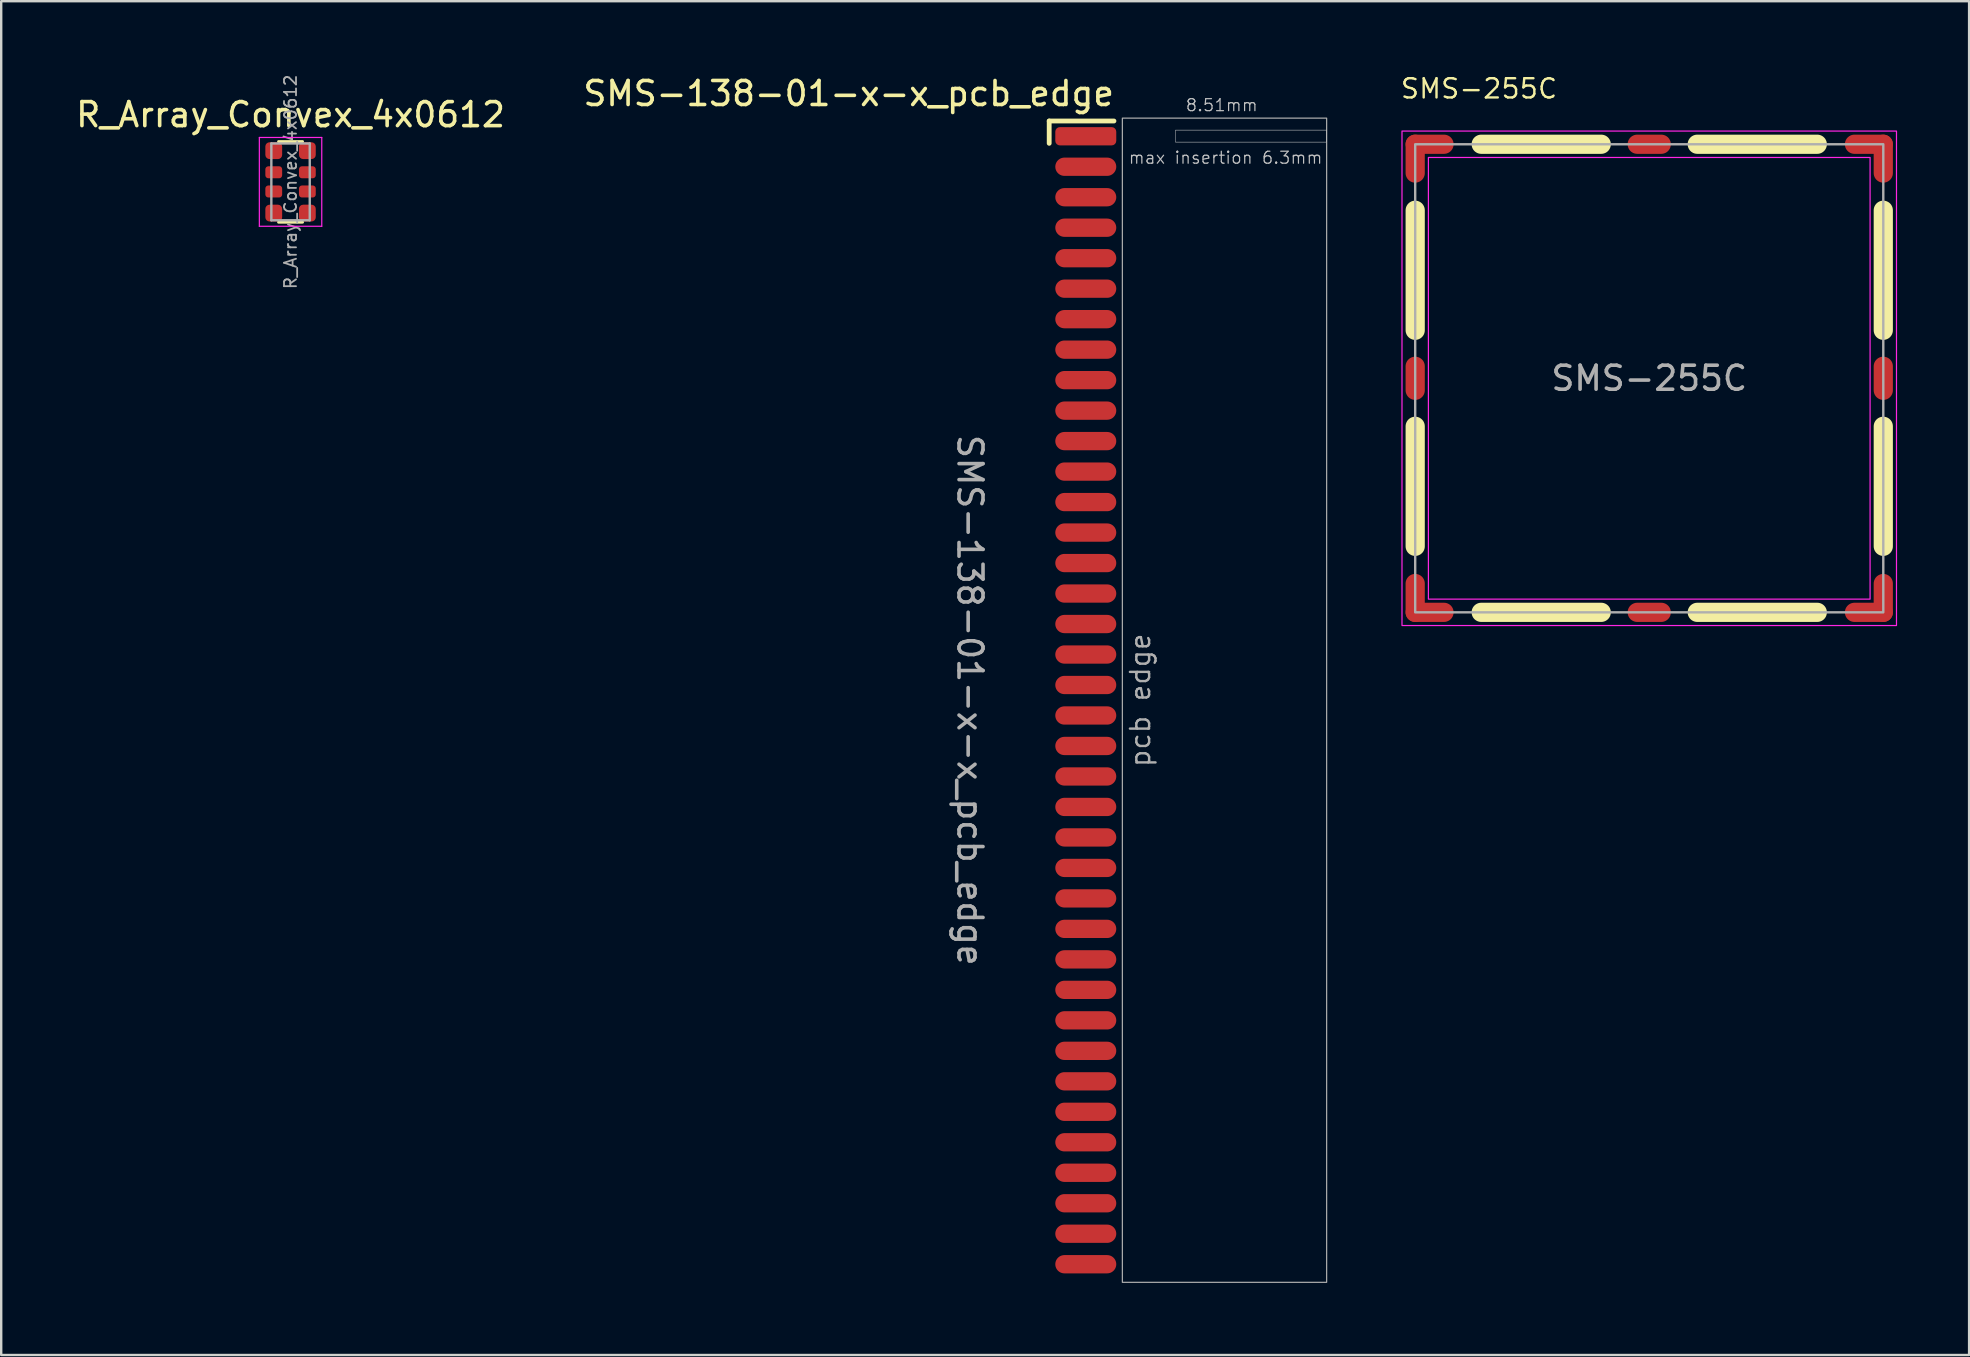
<source format=kicad_pcb>
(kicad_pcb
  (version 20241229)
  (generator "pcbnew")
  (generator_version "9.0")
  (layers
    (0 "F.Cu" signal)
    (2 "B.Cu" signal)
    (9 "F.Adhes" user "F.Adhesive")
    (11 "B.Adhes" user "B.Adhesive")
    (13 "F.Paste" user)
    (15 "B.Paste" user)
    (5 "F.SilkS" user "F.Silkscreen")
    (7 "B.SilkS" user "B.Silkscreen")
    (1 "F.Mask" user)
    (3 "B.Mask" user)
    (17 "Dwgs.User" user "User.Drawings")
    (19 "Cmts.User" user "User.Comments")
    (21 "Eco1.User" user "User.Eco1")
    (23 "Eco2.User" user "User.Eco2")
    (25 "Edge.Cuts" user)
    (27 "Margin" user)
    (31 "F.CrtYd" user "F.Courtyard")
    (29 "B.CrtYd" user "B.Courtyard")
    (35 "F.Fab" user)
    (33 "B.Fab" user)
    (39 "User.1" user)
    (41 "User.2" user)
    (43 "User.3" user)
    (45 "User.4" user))
  (footprint "SMS-255C"
    (layer "F.Cu")
    (at 65.655 12.709)
    (property "Reference" "SMS-255C" (at -10.414 -12.065 0) (unlocked yes) (layer "F.SilkS") (effects (font (size 0.8 0.8) (thickness 0.1)) (justify left)))
    (attr smd)
    (fp_line (start -9.75 -2) (end -9.75 -7) (stroke (width 0.8) (type default)) (layer "F.SilkS"))
    (fp_line (start -9.75 7) (end -9.75 2) (stroke (width 0.8) (type default)) (layer "F.SilkS"))
    (fp_line (start -7 -9.75) (end -2 -9.75) (stroke (width 0.8) (type default)) (layer "F.SilkS"))
    (fp_line (start -7 9.75) (end -2 9.75) (stroke (width 0.8) (type default)) (layer "F.SilkS"))
    (fp_line (start 2 -9.75) (end 7 -9.75) (stroke (width 0.8) (type default)) (layer "F.SilkS"))
    (fp_line (start 2 9.75) (end 7 9.75) (stroke (width 0.8) (type default)) (layer "F.SilkS"))
    (fp_line (start 9.75 -2) (end 9.75 -7) (stroke (width 0.8) (type default)) (layer "F.SilkS"))
    (fp_line (start 9.75 7) (end 9.75 2) (stroke (width 0.8) (type default)) (layer "F.SilkS"))
    (fp_rect (start -10.3 -10.3) (end 10.3 10.3) (stroke (width 0.05) (type default)) (fill no) (layer "F.CrtYd"))
    (fp_rect (start -9.2 -9.2) (end 9.2 9.2) (stroke (width 0.05) (type default)) (fill no) (layer "F.CrtYd"))
    (fp_rect (start -9.75 -9.75) (end 9.75 9.75) (stroke (width 0.1) (type default)) (fill no) (layer "F.Fab"))
    (fp_text user "${REFERENCE}" (at 0 0 0) (layer "F.Fab") (effects (font (size 1 1) (thickness 0.15))))
    (pad "1" smd oval (at -9.75 -9.15 90) (size 2 0.8) (layers "F.Cu" "F.Mask" "F.Paste"))
    (pad "1" smd oval (at -9.75 0 90) (size 1.8 0.8) (layers "F.Cu" "F.Mask" "F.Paste"))
    (pad "1" smd oval (at -9.75 9.15 270) (size 2 0.8) (layers "F.Cu" "F.Mask" "F.Paste"))
    (pad "1" smd oval (at -9.15 -9.75 180) (size 2 0.8) (layers "F.Cu" "F.Mask" "F.Paste"))
    (pad "1" smd oval (at -9.15 9.75 180) (size 2 0.8) (layers "F.Cu" "F.Mask" "F.Paste"))
    (pad "1" smd oval (at 0 -9.75 180) (size 1.8 0.8) (layers "F.Cu" "F.Mask" "F.Paste"))
    (pad "1" smd oval (at 0 9.75 180) (size 1.8 0.8) (layers "F.Cu" "F.Mask" "F.Paste"))
    (pad "1" smd oval (at 9.15 -9.75) (size 2 0.8) (layers "F.Cu" "F.Mask" "F.Paste"))
    (pad "1" smd oval (at 9.15 9.75) (size 2 0.8) (layers "F.Cu" "F.Mask" "F.Paste"))
    (pad "1" smd oval (at 9.75 -9.15 90) (size 2 0.8) (layers "F.Cu" "F.Mask" "F.Paste"))
    (pad "1" smd oval (at 9.75 0 90) (size 1.8 0.8) (layers "F.Cu" "F.Mask" "F.Paste"))
    (pad "1" smd oval (at 9.75 9.15 270) (size 2 0.8) (layers "F.Cu" "F.Mask" "F.Paste")))
  (footprint "R_Array_Convex_4x0612"
    (layer "F.Cu")
    (at 9.054 4.527)
    (property "Reference" "R_Array_Convex_4x0612" (at 0 -2.8 0) (layer "F.SilkS") (effects (font (size 1 1) (thickness 0.15))))
    (attr smd)
    (fp_line (start 0.5 -1.68) (end -0.5 -1.68) (stroke (width 0.12) (type solid)) (layer "F.SilkS"))
    (fp_line (start 0.5 1.68) (end -0.5 1.68) (stroke (width 0.12) (type solid)) (layer "F.SilkS"))
    (fp_line (start -1.3 -1.85) (end -1.3 1.85) (stroke (width 0.05) (type solid)) (layer "F.CrtYd"))
    (fp_line (start -1.3 -1.85) (end 1.3 -1.85) (stroke (width 0.05) (type solid)) (layer "F.CrtYd"))
    (fp_line (start 1.3 1.85) (end -1.3 1.85) (stroke (width 0.05) (type solid)) (layer "F.CrtYd"))
    (fp_line (start 1.3 1.85) (end 1.3 -1.85) (stroke (width 0.05) (type solid)) (layer "F.CrtYd"))
    (fp_line (start -0.8 -1.6) (end 0.8 -1.6) (stroke (width 0.1) (type solid)) (layer "F.Fab"))
    (fp_line (start -0.8 1.6) (end -0.8 -1.6) (stroke (width 0.1) (type solid)) (layer "F.Fab"))
    (fp_line (start 0.8 -1.6) (end 0.8 1.6) (stroke (width 0.1) (type solid)) (layer "F.Fab"))
    (fp_line (start 0.8 1.6) (end -0.8 1.6) (stroke (width 0.1) (type solid)) (layer "F.Fab"))
    (fp_text user "${REFERENCE}" (at 0 0 90) (layer "F.Fab") (effects (font (size 0.5 0.5) (thickness 0.075))))
    (pad "1" smd roundrect (at -0.7 -1.3) (size 0.7 0.7) (layers "F.Cu" "F.Mask" "F.Paste") (roundrect_rratio 0.25))
    (pad "2" smd roundrect (at -0.7 -0.4) (size 0.7 0.5) (layers "F.Cu" "F.Mask" "F.Paste") (roundrect_rratio 0.25))
    (pad "3" smd roundrect (at -0.7 0.4) (size 0.7 0.5) (layers "F.Cu" "F.Mask" "F.Paste") (roundrect_rratio 0.25))
    (pad "4" smd roundrect (at -0.7 1.3) (size 0.7 0.7) (layers "F.Cu" "F.Mask" "F.Paste") (roundrect_rratio 0.25))
    (pad "5" smd roundrect (at 0.7 1.3) (size 0.7 0.7) (layers "F.Cu" "F.Mask" "F.Paste") (roundrect_rratio 0.25))
    (pad "6" smd roundrect (at 0.7 0.4) (size 0.7 0.5) (layers "F.Cu" "F.Mask" "F.Paste") (roundrect_rratio 0.25))
    (pad "7" smd roundrect (at 0.7 -0.4) (size 0.7 0.5) (layers "F.Cu" "F.Mask" "F.Paste") (roundrect_rratio 0.25))
    (pad "8" smd roundrect (at 0.7 -1.3) (size 0.7 0.7) (layers "F.Cu" "F.Mask" "F.Paste") (roundrect_rratio 0.25)))
  (footprint "SMS-138-01-x-x_pcb_edge"
    (layer "F.Cu")
    (at 43.706 26.121)
    (property "Reference" "SMS-138-01-x-x_pcb_edge" (at -0.254 -25.273 0) (unlocked yes) (layer "F.SilkS") (effects (font (size 1 1) (thickness 0.15)) (justify right)))
    (attr smd)
    (fp_line (start -3.048 -23.2) (end -3.048 -24.13) (stroke (width 0.2) (type solid)) (layer "F.SilkS"))
    (fp_line (start -0.35 -24.13) (end -3.048 -24.13) (stroke (width 0.2) (type solid)) (layer "F.SilkS"))
    (fp_rect (start 8.51 -23.25) (end 2.21 -23.75) (stroke (width 0.02) (type solid)) (fill no) (layer "Dwgs.User"))
    (fp_rect (start 0 -24.25) (end 8.51 24.25) (stroke (width 0.05) (type solid)) (fill no) (layer "F.Fab"))
    (fp_text user "8.51mm" (at 4.14 -24.79 0) (unlocked yes) (layer "Dwgs.User") (effects (font (size 0.5 0.5) (thickness 0.05))))
    (fp_text user "max insertion 6.3mm" (at 4.3 -22.6 0) (unlocked yes) (layer "Dwgs.User") (effects (font (size 0.5 0.5) (thickness 0.05))))
    (fp_text user "${REFERENCE}" (at -6.35 0 270) (unlocked yes) (layer "F.Fab") (effects (font (size 1 1) (thickness 0.15))))
    (fp_text user "pcb edge" (at 0.75 0 90) (unlocked yes) (layer "F.Fab") (effects (font (size 0.8 0.8) (thickness 0.1))))
    (pad "1" smd roundrect (at -1.524 -23.495) (size 2.54 0.762) (layers "F.Cu" "F.Mask" "F.Paste") (roundrect_rratio 0.25))
    (pad "2" smd oval (at -1.524 -22.225) (size 2.54 0.762) (layers "F.Cu" "F.Mask" "F.Paste"))
    (pad "3" smd oval (at -1.524 -20.955) (size 2.54 0.762) (layers "F.Cu" "F.Mask" "F.Paste"))
    (pad "4" smd oval (at -1.524 -19.685) (size 2.54 0.762) (layers "F.Cu" "F.Mask" "F.Paste"))
    (pad "5" smd oval (at -1.524 -18.415) (size 2.54 0.762) (layers "F.Cu" "F.Mask" "F.Paste"))
    (pad "6" smd oval (at -1.524 -17.145) (size 2.54 0.762) (layers "F.Cu" "F.Mask" "F.Paste"))
    (pad "7" smd oval (at -1.524 -15.875) (size 2.54 0.762) (layers "F.Cu" "F.Mask" "F.Paste"))
    (pad "8" smd oval (at -1.524 -14.605) (size 2.54 0.762) (layers "F.Cu" "F.Mask" "F.Paste"))
    (pad "9" smd oval (at -1.524 -13.335) (size 2.54 0.762) (layers "F.Cu" "F.Mask" "F.Paste"))
    (pad "10" smd oval (at -1.524 -12.065) (size 2.54 0.762) (layers "F.Cu" "F.Mask" "F.Paste"))
    (pad "11" smd oval (at -1.524 -10.795) (size 2.54 0.762) (layers "F.Cu" "F.Mask" "F.Paste"))
    (pad "12" smd oval (at -1.524 -9.525) (size 2.54 0.762) (layers "F.Cu" "F.Mask" "F.Paste"))
    (pad "13" smd oval (at -1.524 -8.255) (size 2.54 0.762) (layers "F.Cu" "F.Mask" "F.Paste"))
    (pad "14" smd oval (at -1.524 -6.985) (size 2.54 0.762) (layers "F.Cu" "F.Mask" "F.Paste"))
    (pad "15" smd oval (at -1.524 -5.715) (size 2.54 0.762) (layers "F.Cu" "F.Mask" "F.Paste"))
    (pad "16" smd oval (at -1.524 -4.445) (size 2.54 0.762) (layers "F.Cu" "F.Mask" "F.Paste"))
    (pad "17" smd oval (at -1.524 -3.175) (size 2.54 0.762) (layers "F.Cu" "F.Mask" "F.Paste"))
    (pad "18" smd oval (at -1.524 -1.905) (size 2.54 0.762) (layers "F.Cu" "F.Mask" "F.Paste"))
    (pad "19" smd oval (at -1.524 -0.635) (size 2.54 0.762) (layers "F.Cu" "F.Mask" "F.Paste"))
    (pad "20" smd oval (at -1.524 0.635) (size 2.54 0.762) (layers "F.Cu" "F.Mask" "F.Paste"))
    (pad "21" smd oval (at -1.524 1.905) (size 2.54 0.762) (layers "F.Cu" "F.Mask" "F.Paste"))
    (pad "22" smd oval (at -1.524 3.175) (size 2.54 0.762) (layers "F.Cu" "F.Mask" "F.Paste"))
    (pad "23" smd oval (at -1.524 4.445) (size 2.54 0.762) (layers "F.Cu" "F.Mask" "F.Paste"))
    (pad "24" smd oval (at -1.524 5.715) (size 2.54 0.762) (layers "F.Cu" "F.Mask" "F.Paste"))
    (pad "25" smd oval (at -1.524 6.985) (size 2.54 0.762) (layers "F.Cu" "F.Mask" "F.Paste"))
    (pad "26" smd oval (at -1.524 8.255) (size 2.54 0.762) (layers "F.Cu" "F.Mask" "F.Paste"))
    (pad "27" smd oval (at -1.524 9.525) (size 2.54 0.762) (layers "F.Cu" "F.Mask" "F.Paste"))
    (pad "28" smd oval (at -1.524 10.795) (size 2.54 0.762) (layers "F.Cu" "F.Mask" "F.Paste"))
    (pad "29" smd oval (at -1.524 12.065) (size 2.54 0.762) (layers "F.Cu" "F.Mask" "F.Paste"))
    (pad "30" smd oval (at -1.524 13.335) (size 2.54 0.762) (layers "F.Cu" "F.Mask" "F.Paste"))
    (pad "31" smd oval (at -1.524 14.605) (size 2.54 0.762) (layers "F.Cu" "F.Mask" "F.Paste"))
    (pad "32" smd oval (at -1.524 15.875) (size 2.54 0.762) (layers "F.Cu" "F.Mask" "F.Paste"))
    (pad "33" smd oval (at -1.524 17.145) (size 2.54 0.762) (layers "F.Cu" "F.Mask" "F.Paste"))
    (pad "34" smd oval (at -1.524 18.415) (size 2.54 0.762) (layers "F.Cu" "F.Mask" "F.Paste"))
    (pad "35" smd oval (at -1.524 19.685) (size 2.54 0.762) (layers "F.Cu" "F.Mask" "F.Paste"))
    (pad "36" smd oval (at -1.524 20.955) (size 2.54 0.762) (layers "F.Cu" "F.Mask" "F.Paste"))
    (pad "37" smd oval (at -1.524 22.225) (size 2.54 0.762) (layers "F.Cu" "F.Mask" "F.Paste"))
    (pad "38" smd oval (at -1.524 23.495) (size 2.54 0.762) (layers "F.Cu" "F.Mask" "F.Paste")))
  (gr_rect
    (start -3 -3)
    (end 78.98 53.396)
    (stroke (width 0.1) (type default))
    (fill no)
    (layer "Edge.Cuts")))
</source>
